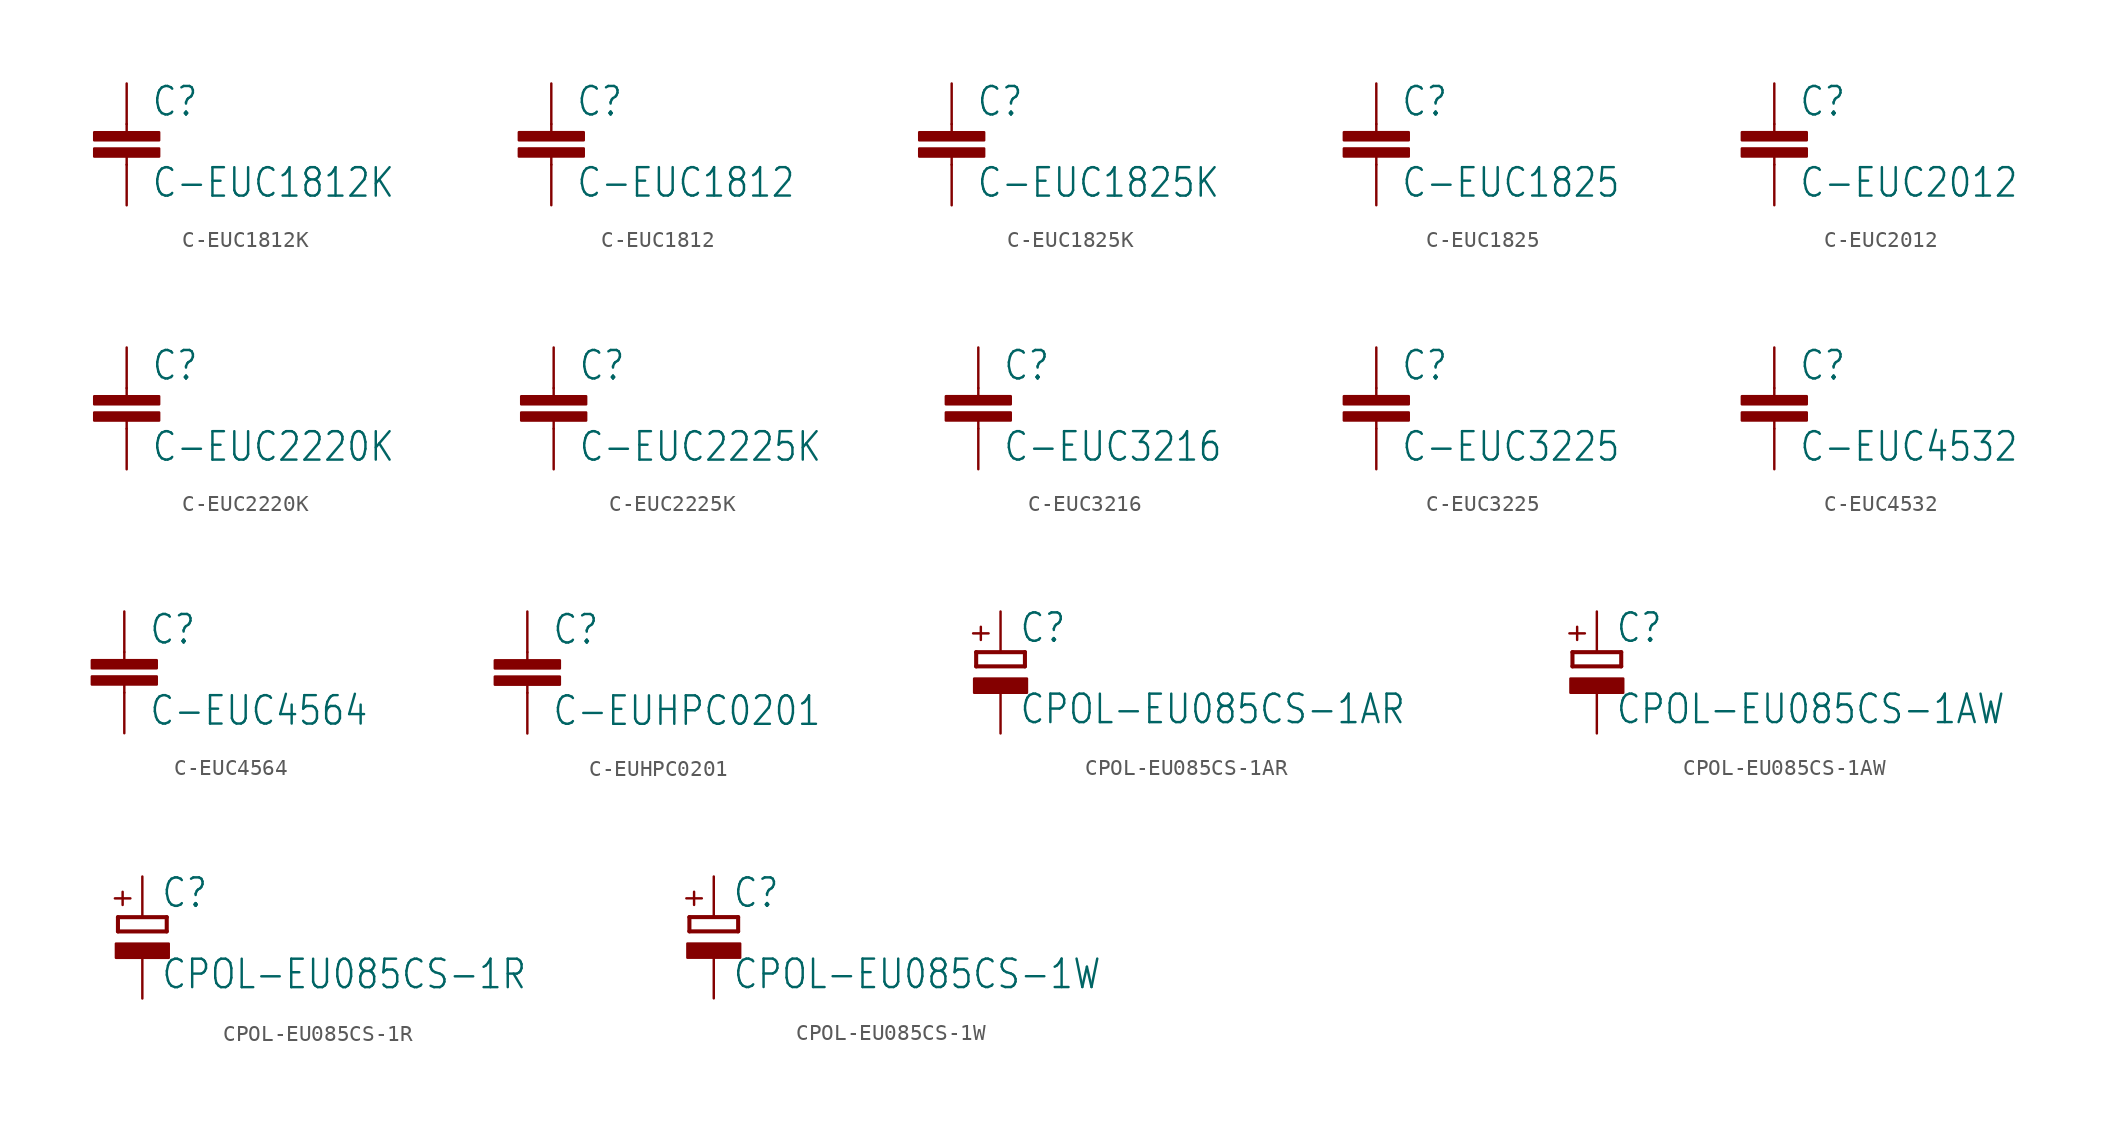
<source format=kicad_sym>
(kicad_symbol_lib
  (version 20220331)
  (generator kicad_symbol_editor)
  (symbol "C-EUC1812K"
    (property "Reference" "C"
      (at 1.524 0.381 0)
      (effects (font (size 1.778 1.511)) (justify left bottom)))
    (property "Value" "C-EUC1812K"
      (at 1.524 -4.699 0)
      (effects (font (size 1.778 1.511)) (justify left bottom)))
    (property "ki_locked" ""
      (at 0 0 0)
      (effects (font (size 1.27 1.27))))
    (symbol "C-EUC1812K_1_0"
      (rectangle (start -2.032 -2.032) (end 2.032 -1.524) (stroke (width 0) (type default)) (fill (type outline)))
      (rectangle (start -2.032 -1.016) (end 2.032 -0.508) (stroke (width 0) (type default)) (fill (type outline)))
      (polyline (pts (xy 0 -2.54) (xy 0 -2.032)) (stroke (width 0.152) (type solid)) (fill (type none)))
      (polyline (pts (xy 0 0) (xy 0 -0.508)) (stroke (width 0.152) (type solid)) (fill (type none)))
      (pin passive line (at 0 2.54 270) (length 2.54) (name "1" (effects (font (size 0 0)))) (number "1" (effects (font (size 0 0)))))
      (pin passive line (at 0 -5.08 90) (length 2.54) (name "2" (effects (font (size 0 0)))) (number "2" (effects (font (size 0 0)))))))
  (symbol "C-EUC1812"
    (property "Reference" "C"
      (at 1.524 0.381 0)
      (effects (font (size 1.778 1.511)) (justify left bottom)))
    (property "Value" "C-EUC1812"
      (at 1.524 -4.699 0)
      (effects (font (size 1.778 1.511)) (justify left bottom)))
    (property "ki_locked" ""
      (at 0 0 0)
      (effects (font (size 1.27 1.27))))
    (symbol "C-EUC1812_1_0"
      (rectangle (start -2.032 -2.032) (end 2.032 -1.524) (stroke (width 0) (type default)) (fill (type outline)))
      (rectangle (start -2.032 -1.016) (end 2.032 -0.508) (stroke (width 0) (type default)) (fill (type outline)))
      (polyline (pts (xy 0 -2.54) (xy 0 -2.032)) (stroke (width 0.152) (type solid)) (fill (type none)))
      (polyline (pts (xy 0 0) (xy 0 -0.508)) (stroke (width 0.152) (type solid)) (fill (type none)))
      (pin passive line (at 0 2.54 270) (length 2.54) (name "1" (effects (font (size 0 0)))) (number "1" (effects (font (size 0 0)))))
      (pin passive line (at 0 -5.08 90) (length 2.54) (name "2" (effects (font (size 0 0)))) (number "2" (effects (font (size 0 0)))))))
  (symbol "C-EUC1825K"
    (property "Reference" "C"
      (at 1.524 0.381 0)
      (effects (font (size 1.778 1.511)) (justify left bottom)))
    (property "Value" "C-EUC1825K"
      (at 1.524 -4.699 0)
      (effects (font (size 1.778 1.511)) (justify left bottom)))
    (property "ki_locked" ""
      (at 0 0 0)
      (effects (font (size 1.27 1.27))))
    (symbol "C-EUC1825K_1_0"
      (rectangle (start -2.032 -2.032) (end 2.032 -1.524) (stroke (width 0) (type default)) (fill (type outline)))
      (rectangle (start -2.032 -1.016) (end 2.032 -0.508) (stroke (width 0) (type default)) (fill (type outline)))
      (polyline (pts (xy 0 -2.54) (xy 0 -2.032)) (stroke (width 0.152) (type solid)) (fill (type none)))
      (polyline (pts (xy 0 0) (xy 0 -0.508)) (stroke (width 0.152) (type solid)) (fill (type none)))
      (pin passive line (at 0 2.54 270) (length 2.54) (name "1" (effects (font (size 0 0)))) (number "1" (effects (font (size 0 0)))))
      (pin passive line (at 0 -5.08 90) (length 2.54) (name "2" (effects (font (size 0 0)))) (number "2" (effects (font (size 0 0)))))))
  (symbol "C-EUC1825"
    (property "Reference" "C"
      (at 1.524 0.381 0)
      (effects (font (size 1.778 1.511)) (justify left bottom)))
    (property "Value" "C-EUC1825"
      (at 1.524 -4.699 0)
      (effects (font (size 1.778 1.511)) (justify left bottom)))
    (property "ki_locked" ""
      (at 0 0 0)
      (effects (font (size 1.27 1.27))))
    (symbol "C-EUC1825_1_0"
      (rectangle (start -2.032 -2.032) (end 2.032 -1.524) (stroke (width 0) (type default)) (fill (type outline)))
      (rectangle (start -2.032 -1.016) (end 2.032 -0.508) (stroke (width 0) (type default)) (fill (type outline)))
      (polyline (pts (xy 0 -2.54) (xy 0 -2.032)) (stroke (width 0.152) (type solid)) (fill (type none)))
      (polyline (pts (xy 0 0) (xy 0 -0.508)) (stroke (width 0.152) (type solid)) (fill (type none)))
      (pin passive line (at 0 2.54 270) (length 2.54) (name "1" (effects (font (size 0 0)))) (number "1" (effects (font (size 0 0)))))
      (pin passive line (at 0 -5.08 90) (length 2.54) (name "2" (effects (font (size 0 0)))) (number "2" (effects (font (size 0 0)))))))
  (symbol "C-EUC2012"
    (property "Reference" "C"
      (at 1.524 0.381 0)
      (effects (font (size 1.778 1.511)) (justify left bottom)))
    (property "Value" "C-EUC2012"
      (at 1.524 -4.699 0)
      (effects (font (size 1.778 1.511)) (justify left bottom)))
    (property "ki_locked" ""
      (at 0 0 0)
      (effects (font (size 1.27 1.27))))
    (symbol "C-EUC2012_1_0"
      (rectangle (start -2.032 -2.032) (end 2.032 -1.524) (stroke (width 0) (type default)) (fill (type outline)))
      (rectangle (start -2.032 -1.016) (end 2.032 -0.508) (stroke (width 0) (type default)) (fill (type outline)))
      (polyline (pts (xy 0 -2.54) (xy 0 -2.032)) (stroke (width 0.152) (type solid)) (fill (type none)))
      (polyline (pts (xy 0 0) (xy 0 -0.508)) (stroke (width 0.152) (type solid)) (fill (type none)))
      (pin passive line (at 0 2.54 270) (length 2.54) (name "1" (effects (font (size 0 0)))) (number "1" (effects (font (size 0 0)))))
      (pin passive line (at 0 -5.08 90) (length 2.54) (name "2" (effects (font (size 0 0)))) (number "2" (effects (font (size 0 0)))))))
  (symbol "C-EUC2220K"
    (property "Reference" "C"
      (at 1.524 0.381 0)
      (effects (font (size 1.778 1.511)) (justify left bottom)))
    (property "Value" "C-EUC2220K"
      (at 1.524 -4.699 0)
      (effects (font (size 1.778 1.511)) (justify left bottom)))
    (property "ki_locked" ""
      (at 0 0 0)
      (effects (font (size 1.27 1.27))))
    (symbol "C-EUC2220K_1_0"
      (rectangle (start -2.032 -2.032) (end 2.032 -1.524) (stroke (width 0) (type default)) (fill (type outline)))
      (rectangle (start -2.032 -1.016) (end 2.032 -0.508) (stroke (width 0) (type default)) (fill (type outline)))
      (polyline (pts (xy 0 -2.54) (xy 0 -2.032)) (stroke (width 0.152) (type solid)) (fill (type none)))
      (polyline (pts (xy 0 0) (xy 0 -0.508)) (stroke (width 0.152) (type solid)) (fill (type none)))
      (pin passive line (at 0 2.54 270) (length 2.54) (name "1" (effects (font (size 0 0)))) (number "1" (effects (font (size 0 0)))))
      (pin passive line (at 0 -5.08 90) (length 2.54) (name "2" (effects (font (size 0 0)))) (number "2" (effects (font (size 0 0)))))))
  (symbol "C-EUC2225K"
    (property "Reference" "C"
      (at 1.524 0.381 0)
      (effects (font (size 1.778 1.511)) (justify left bottom)))
    (property "Value" "C-EUC2225K"
      (at 1.524 -4.699 0)
      (effects (font (size 1.778 1.511)) (justify left bottom)))
    (property "ki_locked" ""
      (at 0 0 0)
      (effects (font (size 1.27 1.27))))
    (symbol "C-EUC2225K_1_0"
      (rectangle (start -2.032 -2.032) (end 2.032 -1.524) (stroke (width 0) (type default)) (fill (type outline)))
      (rectangle (start -2.032 -1.016) (end 2.032 -0.508) (stroke (width 0) (type default)) (fill (type outline)))
      (polyline (pts (xy 0 -2.54) (xy 0 -2.032)) (stroke (width 0.152) (type solid)) (fill (type none)))
      (polyline (pts (xy 0 0) (xy 0 -0.508)) (stroke (width 0.152) (type solid)) (fill (type none)))
      (pin passive line (at 0 2.54 270) (length 2.54) (name "1" (effects (font (size 0 0)))) (number "1" (effects (font (size 0 0)))))
      (pin passive line (at 0 -5.08 90) (length 2.54) (name "2" (effects (font (size 0 0)))) (number "2" (effects (font (size 0 0)))))))
  (symbol "C-EUC3216"
    (property "Reference" "C"
      (at 1.524 0.381 0)
      (effects (font (size 1.778 1.511)) (justify left bottom)))
    (property "Value" "C-EUC3216"
      (at 1.524 -4.699 0)
      (effects (font (size 1.778 1.511)) (justify left bottom)))
    (property "ki_locked" ""
      (at 0 0 0)
      (effects (font (size 1.27 1.27))))
    (symbol "C-EUC3216_1_0"
      (rectangle (start -2.032 -2.032) (end 2.032 -1.524) (stroke (width 0) (type default)) (fill (type outline)))
      (rectangle (start -2.032 -1.016) (end 2.032 -0.508) (stroke (width 0) (type default)) (fill (type outline)))
      (polyline (pts (xy 0 -2.54) (xy 0 -2.032)) (stroke (width 0.152) (type solid)) (fill (type none)))
      (polyline (pts (xy 0 0) (xy 0 -0.508)) (stroke (width 0.152) (type solid)) (fill (type none)))
      (pin passive line (at 0 2.54 270) (length 2.54) (name "1" (effects (font (size 0 0)))) (number "1" (effects (font (size 0 0)))))
      (pin passive line (at 0 -5.08 90) (length 2.54) (name "2" (effects (font (size 0 0)))) (number "2" (effects (font (size 0 0)))))))
  (symbol "C-EUC3225"
    (property "Reference" "C"
      (at 1.524 0.381 0)
      (effects (font (size 1.778 1.511)) (justify left bottom)))
    (property "Value" "C-EUC3225"
      (at 1.524 -4.699 0)
      (effects (font (size 1.778 1.511)) (justify left bottom)))
    (property "ki_locked" ""
      (at 0 0 0)
      (effects (font (size 1.27 1.27))))
    (symbol "C-EUC3225_1_0"
      (rectangle (start -2.032 -2.032) (end 2.032 -1.524) (stroke (width 0) (type default)) (fill (type outline)))
      (rectangle (start -2.032 -1.016) (end 2.032 -0.508) (stroke (width 0) (type default)) (fill (type outline)))
      (polyline (pts (xy 0 -2.54) (xy 0 -2.032)) (stroke (width 0.152) (type solid)) (fill (type none)))
      (polyline (pts (xy 0 0) (xy 0 -0.508)) (stroke (width 0.152) (type solid)) (fill (type none)))
      (pin passive line (at 0 2.54 270) (length 2.54) (name "1" (effects (font (size 0 0)))) (number "1" (effects (font (size 0 0)))))
      (pin passive line (at 0 -5.08 90) (length 2.54) (name "2" (effects (font (size 0 0)))) (number "2" (effects (font (size 0 0)))))))
  (symbol "C-EUC4532"
    (property "Reference" "C"
      (at 1.524 0.381 0)
      (effects (font (size 1.778 1.511)) (justify left bottom)))
    (property "Value" "C-EUC4532"
      (at 1.524 -4.699 0)
      (effects (font (size 1.778 1.511)) (justify left bottom)))
    (property "ki_locked" ""
      (at 0 0 0)
      (effects (font (size 1.27 1.27))))
    (symbol "C-EUC4532_1_0"
      (rectangle (start -2.032 -2.032) (end 2.032 -1.524) (stroke (width 0) (type default)) (fill (type outline)))
      (rectangle (start -2.032 -1.016) (end 2.032 -0.508) (stroke (width 0) (type default)) (fill (type outline)))
      (polyline (pts (xy 0 -2.54) (xy 0 -2.032)) (stroke (width 0.152) (type solid)) (fill (type none)))
      (polyline (pts (xy 0 0) (xy 0 -0.508)) (stroke (width 0.152) (type solid)) (fill (type none)))
      (pin passive line (at 0 2.54 270) (length 2.54) (name "1" (effects (font (size 0 0)))) (number "1" (effects (font (size 0 0)))))
      (pin passive line (at 0 -5.08 90) (length 2.54) (name "2" (effects (font (size 0 0)))) (number "2" (effects (font (size 0 0)))))))
  (symbol "C-EUC4564"
    (property "Reference" "C"
      (at 1.524 0.381 0)
      (effects (font (size 1.778 1.511)) (justify left bottom)))
    (property "Value" "C-EUC4564"
      (at 1.524 -4.699 0)
      (effects (font (size 1.778 1.511)) (justify left bottom)))
    (property "ki_locked" ""
      (at 0 0 0)
      (effects (font (size 1.27 1.27))))
    (symbol "C-EUC4564_1_0"
      (rectangle (start -2.032 -2.032) (end 2.032 -1.524) (stroke (width 0) (type default)) (fill (type outline)))
      (rectangle (start -2.032 -1.016) (end 2.032 -0.508) (stroke (width 0) (type default)) (fill (type outline)))
      (polyline (pts (xy 0 -2.54) (xy 0 -2.032)) (stroke (width 0.152) (type solid)) (fill (type none)))
      (polyline (pts (xy 0 0) (xy 0 -0.508)) (stroke (width 0.152) (type solid)) (fill (type none)))
      (pin passive line (at 0 2.54 270) (length 2.54) (name "1" (effects (font (size 0 0)))) (number "1" (effects (font (size 0 0)))))
      (pin passive line (at 0 -5.08 90) (length 2.54) (name "2" (effects (font (size 0 0)))) (number "2" (effects (font (size 0 0)))))))
  (symbol "C-EUHPC0201"
    (property "Reference" "C"
      (at 1.524 0.381 0)
      (effects (font (size 1.778 1.511)) (justify left bottom)))
    (property "Value" "C-EUHPC0201"
      (at 1.524 -4.699 0)
      (effects (font (size 1.778 1.511)) (justify left bottom)))
    (property "ki_locked" ""
      (at 0 0 0)
      (effects (font (size 1.27 1.27))))
    (symbol "C-EUHPC0201_1_0"
      (rectangle (start -2.032 -2.032) (end 2.032 -1.524) (stroke (width 0) (type default)) (fill (type outline)))
      (rectangle (start -2.032 -1.016) (end 2.032 -0.508) (stroke (width 0) (type default)) (fill (type outline)))
      (polyline (pts (xy 0 -2.54) (xy 0 -2.032)) (stroke (width 0.152) (type solid)) (fill (type none)))
      (polyline (pts (xy 0 0) (xy 0 -0.508)) (stroke (width 0.152) (type solid)) (fill (type none)))
      (pin passive line (at 0 2.54 270) (length 2.54) (name "1" (effects (font (size 0 0)))) (number "1" (effects (font (size 0 0)))))
      (pin passive line (at 0 -5.08 90) (length 2.54) (name "2" (effects (font (size 0 0)))) (number "2" (effects (font (size 0 0)))))))
  (symbol "CPOL-EU085CS-1AR"
    (property "Reference" "C"
      (at 1.143 0.483 0)
      (effects (font (size 1.778 1.511)) (justify left bottom)))
    (property "Value" "CPOL-EU085CS-1AR"
      (at 1.143 -4.597 0)
      (effects (font (size 1.778 1.511)) (justify left bottom)))
    (property "ki_locked" ""
      (at 0 0 0)
      (effects (font (size 1.27 1.27))))
    (symbol "CPOL-EU085CS-1AR_1_0"
      (rectangle (start -1.651 -2.54) (end 1.651 -1.651) (stroke (width 0) (type default)) (fill (type outline)))
      (polyline (pts (xy -1.524 -0.889) (xy 1.524 -0.889)) (stroke (width 0.254) (type solid)) (fill (type none)))
      (polyline (pts (xy -1.524 0) (xy -1.524 -0.889)) (stroke (width 0.254) (type solid)) (fill (type none)))
      (polyline (pts (xy -1.524 0) (xy 1.524 0)) (stroke (width 0.254) (type solid)) (fill (type none)))
      (polyline (pts (xy 1.524 -0.889) (xy 1.524 0)) (stroke (width 0.254) (type solid)) (fill (type none)))
      (text "+" (at -0.584 0.406 900) (effects (font (size 1.27 1.079)) (justify left bottom)))
      (pin passive line (at 0 2.54 270) (length 2.54) (name "+" (effects (font (size 0 0)))) (number "+" (effects (font (size 0 0)))))
      (pin passive line (at 0 -5.08 90) (length 2.54) (name "-" (effects (font (size 0 0)))) (number "-" (effects (font (size 0 0)))))))
  (symbol "CPOL-EU085CS-1AW"
    (property "Reference" "C"
      (at 1.143 0.483 0)
      (effects (font (size 1.778 1.511)) (justify left bottom)))
    (property "Value" "CPOL-EU085CS-1AW"
      (at 1.143 -4.597 0)
      (effects (font (size 1.778 1.511)) (justify left bottom)))
    (property "ki_locked" ""
      (at 0 0 0)
      (effects (font (size 1.27 1.27))))
    (symbol "CPOL-EU085CS-1AW_1_0"
      (rectangle (start -1.651 -2.54) (end 1.651 -1.651) (stroke (width 0) (type default)) (fill (type outline)))
      (polyline (pts (xy -1.524 -0.889) (xy 1.524 -0.889)) (stroke (width 0.254) (type solid)) (fill (type none)))
      (polyline (pts (xy -1.524 0) (xy -1.524 -0.889)) (stroke (width 0.254) (type solid)) (fill (type none)))
      (polyline (pts (xy -1.524 0) (xy 1.524 0)) (stroke (width 0.254) (type solid)) (fill (type none)))
      (polyline (pts (xy 1.524 -0.889) (xy 1.524 0)) (stroke (width 0.254) (type solid)) (fill (type none)))
      (text "+" (at -0.584 0.406 900) (effects (font (size 1.27 1.079)) (justify left bottom)))
      (pin passive line (at 0 2.54 270) (length 2.54) (name "+" (effects (font (size 0 0)))) (number "+" (effects (font (size 0 0)))))
      (pin passive line (at 0 -5.08 90) (length 2.54) (name "-" (effects (font (size 0 0)))) (number "-" (effects (font (size 0 0)))))))
  (symbol "CPOL-EU085CS-1R"
    (property "Reference" "C"
      (at 1.143 0.483 0)
      (effects (font (size 1.778 1.511)) (justify left bottom)))
    (property "Value" "CPOL-EU085CS-1R"
      (at 1.143 -4.597 0)
      (effects (font (size 1.778 1.511)) (justify left bottom)))
    (property "ki_locked" ""
      (at 0 0 0)
      (effects (font (size 1.27 1.27))))
    (symbol "CPOL-EU085CS-1R_1_0"
      (rectangle (start -1.651 -2.54) (end 1.651 -1.651) (stroke (width 0) (type default)) (fill (type outline)))
      (polyline (pts (xy -1.524 -0.889) (xy 1.524 -0.889)) (stroke (width 0.254) (type solid)) (fill (type none)))
      (polyline (pts (xy -1.524 0) (xy -1.524 -0.889)) (stroke (width 0.254) (type solid)) (fill (type none)))
      (polyline (pts (xy -1.524 0) (xy 1.524 0)) (stroke (width 0.254) (type solid)) (fill (type none)))
      (polyline (pts (xy 1.524 -0.889) (xy 1.524 0)) (stroke (width 0.254) (type solid)) (fill (type none)))
      (text "+" (at -0.584 0.406 900) (effects (font (size 1.27 1.079)) (justify left bottom)))
      (pin passive line (at 0 2.54 270) (length 2.54) (name "+" (effects (font (size 0 0)))) (number "+" (effects (font (size 0 0)))))
      (pin passive line (at 0 -5.08 90) (length 2.54) (name "-" (effects (font (size 0 0)))) (number "-" (effects (font (size 0 0)))))))
  (symbol "CPOL-EU085CS-1W"
    (property "Reference" "C"
      (at 1.143 0.483 0)
      (effects (font (size 1.778 1.511)) (justify left bottom)))
    (property "Value" "CPOL-EU085CS-1W"
      (at 1.143 -4.597 0)
      (effects (font (size 1.778 1.511)) (justify left bottom)))
    (property "ki_locked" ""
      (at 0 0 0)
      (effects (font (size 1.27 1.27))))
    (symbol "CPOL-EU085CS-1W_1_0"
      (rectangle (start -1.651 -2.54) (end 1.651 -1.651) (stroke (width 0) (type default)) (fill (type outline)))
      (polyline (pts (xy -1.524 -0.889) (xy 1.524 -0.889)) (stroke (width 0.254) (type solid)) (fill (type none)))
      (polyline (pts (xy -1.524 0) (xy -1.524 -0.889)) (stroke (width 0.254) (type solid)) (fill (type none)))
      (polyline (pts (xy -1.524 0) (xy 1.524 0)) (stroke (width 0.254) (type solid)) (fill (type none)))
      (polyline (pts (xy 1.524 -0.889) (xy 1.524 0)) (stroke (width 0.254) (type solid)) (fill (type none)))
      (text "+" (at -0.584 0.406 900) (effects (font (size 1.27 1.079)) (justify left bottom)))
      (pin passive line (at 0 2.54 270) (length 2.54) (name "+" (effects (font (size 0 0)))) (number "+" (effects (font (size 0 0)))))
      (pin passive line (at 0 -5.08 90) (length 2.54) (name "-" (effects (font (size 0 0)))) (number "-" (effects (font (size 0 0))))))))
</source>
